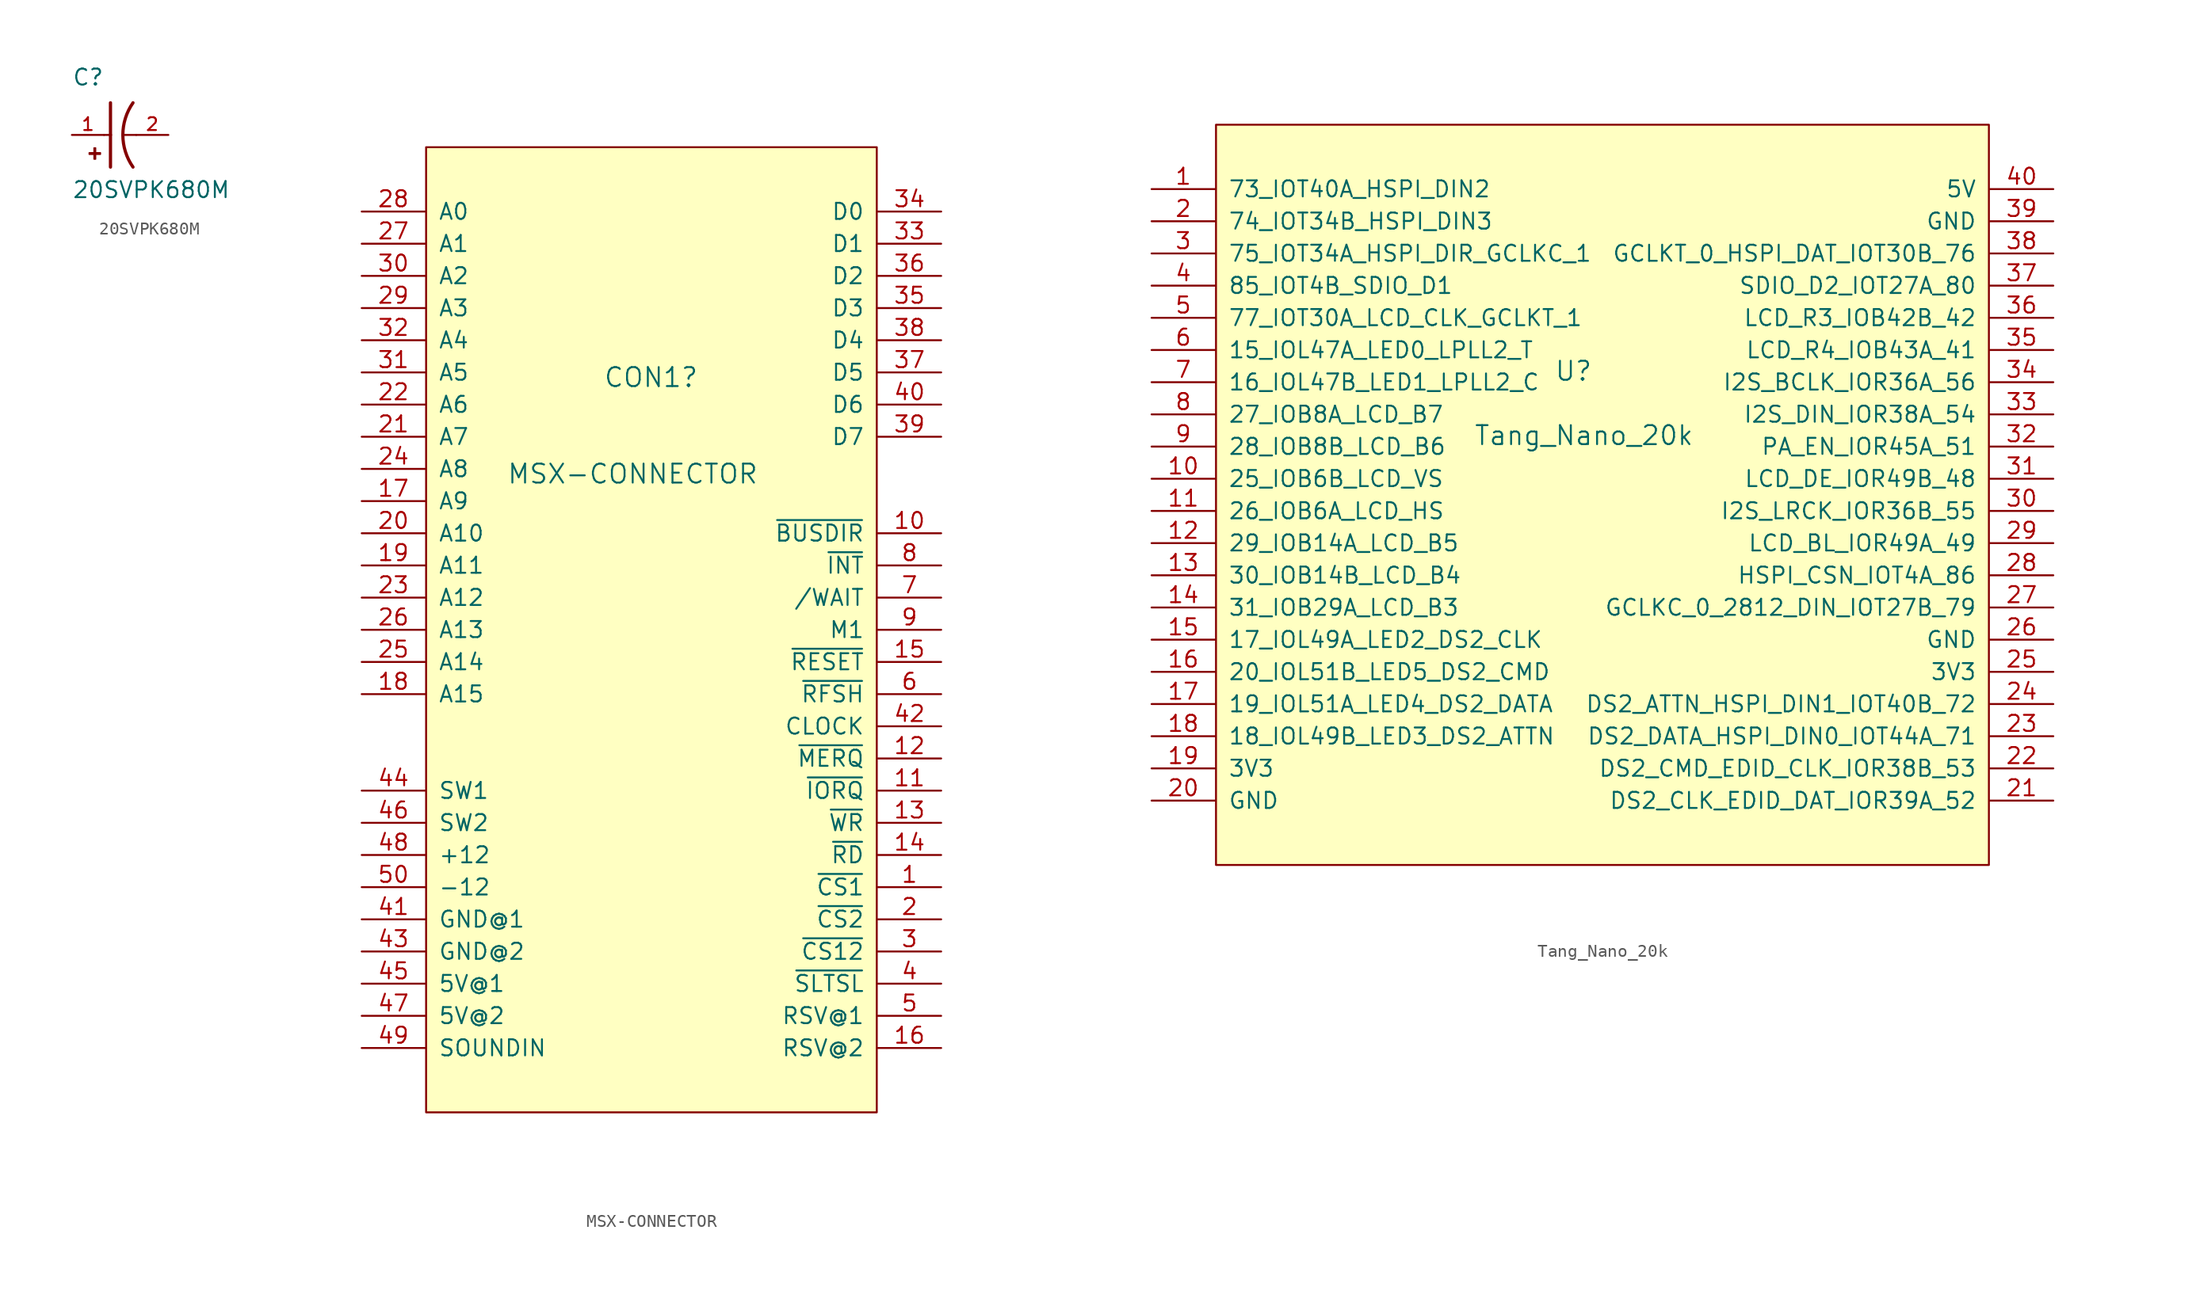
<source format=kicad_sym>
(kicad_symbol_lib
  (version 20220914)
  (generator kicad_symbol_editor)
  (symbol "20SVPK680M"
    (pin_names
      (offset 1.016))
    (property "Reference" "C"
      (at -2.54 3.81 0)
      (effects (font (size 1.27 1.27)) (justify left bottom)))
    (property "Value" "20SVPK680M"
      (at -2.54 -5.08 0)
      (effects (font (size 1.27 1.27)) (justify left bottom)))
    (symbol "20SVPK680M_0_0"
      (rectangle (start -1.173 -1.532) (end -0.284 -1.405) (stroke (width 0.1) (type default)) (fill (type outline)))
      (rectangle (start -0.792 -1.913) (end -0.665 -1.024) (stroke (width 0.1) (type default)) (fill (type outline)))
      (polyline (pts (xy 0 0) (xy 0.508 0)) (stroke (width 0.152) (type default)) (fill (type none)))
      (polyline (pts (xy 0.508 0) (xy 0.508 -2.54)) (stroke (width 0.254) (type default)) (fill (type none)))
      (polyline (pts (xy 0.508 2.54) (xy 0.508 0)) (stroke (width 0.254) (type default)) (fill (type none)))
      (polyline (pts (xy 2.54 0) (xy 1.524 0)) (stroke (width 0.152) (type default)) (fill (type none)))
      (arc (start 2.286 2.54) (mid 1.4851 0) (end 2.286 -2.54) (stroke (width 0.254) (type default)) (fill (type none)))
      (pin passive line (at -2.54 0 0) (length 2.54) (name "~" (effects (font (size 1.016 1.016)))) (number "1" (effects (font (size 1.016 1.016)))))
      (pin passive line (at 5.08 0 180) (length 2.54) (name "~" (effects (font (size 1.016 1.016)))) (number "2" (effects (font (size 1.016 1.016)))))))
  (symbol "MSX-CONNECTOR"
    (pin_names
      (offset 1.016))
    (property "Reference" "CON1"
      (at -3.81 19.05 0)
      (effects (font (size 1.499 1.499)) (justify left bottom)))
    (property "Value" "MSX-CONNECTOR"
      (at -11.43 11.43 0)
      (effects (font (size 1.499 1.499)) (justify left bottom)))
    (property "ki_locked" ""
      (at 0 0 0)
      (effects (font (size 1.27 1.27))))
    (symbol "MSX-CONNECTOR_1_0"
      (pin bidirectional line (at 22.86 -20.32 180) (length 5) (name "~{CS1}" (effects (font (size 1.27 1.27)))) (number "1" (effects (font (size 1.27 1.27)))))
      (pin bidirectional line (at 22.86 7.62 180) (length 5) (name "~{BUSDIR}" (effects (font (size 1.27 1.27)))) (number "10" (effects (font (size 1.27 1.27)))))
      (pin bidirectional line (at 22.86 -12.7 180) (length 5) (name "~{IORQ}" (effects (font (size 1.27 1.27)))) (number "11" (effects (font (size 1.27 1.27)))))
      (pin bidirectional line (at 22.86 -10.16 180) (length 5) (name "~{MERQ}" (effects (font (size 1.27 1.27)))) (number "12" (effects (font (size 1.27 1.27)))))
      (pin bidirectional line (at 22.86 -15.24 180) (length 5) (name "~{WR}" (effects (font (size 1.27 1.27)))) (number "13" (effects (font (size 1.27 1.27)))))
      (pin bidirectional line (at 22.86 -17.78 180) (length 5) (name "~{RD}" (effects (font (size 1.27 1.27)))) (number "14" (effects (font (size 1.27 1.27)))))
      (pin bidirectional line (at 22.86 -2.54 180) (length 5) (name "~{RESET}" (effects (font (size 1.27 1.27)))) (number "15" (effects (font (size 1.27 1.27)))))
      (pin bidirectional line (at 22.86 -33.02 180) (length 5) (name "RSV@2" (effects (font (size 1.27 1.27)))) (number "16" (effects (font (size 1.27 1.27)))))
      (pin bidirectional line (at -22.86 10.16 0) (length 5) (name "A9" (effects (font (size 1.27 1.27)))) (number "17" (effects (font (size 1.27 1.27)))))
      (pin bidirectional line (at -22.86 -5.08 0) (length 5) (name "A15" (effects (font (size 1.27 1.27)))) (number "18" (effects (font (size 1.27 1.27)))))
      (pin bidirectional line (at -22.86 5.08 0) (length 5) (name "A11" (effects (font (size 1.27 1.27)))) (number "19" (effects (font (size 1.27 1.27)))))
      (pin bidirectional line (at 22.86 -22.86 180) (length 5) (name "~{CS2}" (effects (font (size 1.27 1.27)))) (number "2" (effects (font (size 1.27 1.27)))))
      (pin bidirectional line (at -22.86 7.62 0) (length 5) (name "A10" (effects (font (size 1.27 1.27)))) (number "20" (effects (font (size 1.27 1.27)))))
      (pin bidirectional line (at -22.86 15.24 0) (length 5) (name "A7" (effects (font (size 1.27 1.27)))) (number "21" (effects (font (size 1.27 1.27)))))
      (pin bidirectional line (at -22.86 17.78 0) (length 5) (name "A6" (effects (font (size 1.27 1.27)))) (number "22" (effects (font (size 1.27 1.27)))))
      (pin bidirectional line (at -22.86 2.54 0) (length 5) (name "A12" (effects (font (size 1.27 1.27)))) (number "23" (effects (font (size 1.27 1.27)))))
      (pin bidirectional line (at -22.86 12.7 0) (length 5) (name "A8" (effects (font (size 1.27 1.27)))) (number "24" (effects (font (size 1.27 1.27)))))
      (pin bidirectional line (at -22.86 -2.54 0) (length 5) (name "A14" (effects (font (size 1.27 1.27)))) (number "25" (effects (font (size 1.27 1.27)))))
      (pin bidirectional line (at -22.86 0 0) (length 5) (name "A13" (effects (font (size 1.27 1.27)))) (number "26" (effects (font (size 1.27 1.27)))))
      (pin bidirectional line (at -22.86 30.48 0) (length 5) (name "A1" (effects (font (size 1.27 1.27)))) (number "27" (effects (font (size 1.27 1.27)))))
      (pin bidirectional line (at -22.86 33.02 0) (length 5) (name "A0" (effects (font (size 1.27 1.27)))) (number "28" (effects (font (size 1.27 1.27)))))
      (pin bidirectional line (at -22.86 25.4 0) (length 5) (name "A3" (effects (font (size 1.27 1.27)))) (number "29" (effects (font (size 1.27 1.27)))))
      (pin bidirectional line (at 22.86 -25.4 180) (length 5) (name "~{CS12}" (effects (font (size 1.27 1.27)))) (number "3" (effects (font (size 1.27 1.27)))))
      (pin bidirectional line (at -22.86 27.94 0) (length 5) (name "A2" (effects (font (size 1.27 1.27)))) (number "30" (effects (font (size 1.27 1.27)))))
      (pin bidirectional line (at -22.86 20.32 0) (length 5) (name "A5" (effects (font (size 1.27 1.27)))) (number "31" (effects (font (size 1.27 1.27)))))
      (pin bidirectional line (at -22.86 22.86 0) (length 5) (name "A4" (effects (font (size 1.27 1.27)))) (number "32" (effects (font (size 1.27 1.27)))))
      (pin bidirectional line (at 22.86 30.48 180) (length 5) (name "D1" (effects (font (size 1.27 1.27)))) (number "33" (effects (font (size 1.27 1.27)))))
      (pin bidirectional line (at 22.86 33.02 180) (length 5) (name "D0" (effects (font (size 1.27 1.27)))) (number "34" (effects (font (size 1.27 1.27)))))
      (pin bidirectional line (at 22.86 25.4 180) (length 5) (name "D3" (effects (font (size 1.27 1.27)))) (number "35" (effects (font (size 1.27 1.27)))))
      (pin bidirectional line (at 22.86 27.94 180) (length 5) (name "D2" (effects (font (size 1.27 1.27)))) (number "36" (effects (font (size 1.27 1.27)))))
      (pin bidirectional line (at 22.86 20.32 180) (length 5) (name "D5" (effects (font (size 1.27 1.27)))) (number "37" (effects (font (size 1.27 1.27)))))
      (pin bidirectional line (at 22.86 22.86 180) (length 5) (name "D4" (effects (font (size 1.27 1.27)))) (number "38" (effects (font (size 1.27 1.27)))))
      (pin bidirectional line (at 22.86 15.24 180) (length 5) (name "D7" (effects (font (size 1.27 1.27)))) (number "39" (effects (font (size 1.27 1.27)))))
      (pin bidirectional line (at 22.86 -27.94 180) (length 5) (name "~{SLTSL}" (effects (font (size 1.27 1.27)))) (number "4" (effects (font (size 1.27 1.27)))))
      (pin bidirectional line (at 22.86 17.78 180) (length 5) (name "D6" (effects (font (size 1.27 1.27)))) (number "40" (effects (font (size 1.27 1.27)))))
      (pin bidirectional line (at -22.86 -22.86 0) (length 5) (name "GND@1" (effects (font (size 1.27 1.27)))) (number "41" (effects (font (size 1.27 1.27)))))
      (pin bidirectional line (at 22.86 -7.62 180) (length 5) (name "CLOCK" (effects (font (size 1.27 1.27)))) (number "42" (effects (font (size 1.27 1.27)))))
      (pin bidirectional line (at -22.86 -25.4 0) (length 5) (name "GND@2" (effects (font (size 1.27 1.27)))) (number "43" (effects (font (size 1.27 1.27)))))
      (pin bidirectional line (at -22.86 -12.7 0) (length 5) (name "SW1" (effects (font (size 1.27 1.27)))) (number "44" (effects (font (size 1.27 1.27)))))
      (pin bidirectional line (at -22.86 -27.94 0) (length 5) (name "5V@1" (effects (font (size 1.27 1.27)))) (number "45" (effects (font (size 1.27 1.27)))))
      (pin bidirectional line (at -22.86 -15.24 0) (length 5) (name "SW2" (effects (font (size 1.27 1.27)))) (number "46" (effects (font (size 1.27 1.27)))))
      (pin bidirectional line (at -22.86 -30.48 0) (length 5) (name "5V@2" (effects (font (size 1.27 1.27)))) (number "47" (effects (font (size 1.27 1.27)))))
      (pin bidirectional line (at -22.86 -17.78 0) (length 5) (name "+12" (effects (font (size 1.27 1.27)))) (number "48" (effects (font (size 1.27 1.27)))))
      (pin bidirectional line (at -22.86 -33.02 0) (length 5) (name "SOUNDIN" (effects (font (size 1.27 1.27)))) (number "49" (effects (font (size 1.27 1.27)))))
      (pin bidirectional line (at 22.86 -30.48 180) (length 5) (name "RSV@1" (effects (font (size 1.27 1.27)))) (number "5" (effects (font (size 1.27 1.27)))))
      (pin bidirectional line (at -22.86 -20.32 0) (length 5) (name "-12" (effects (font (size 1.27 1.27)))) (number "50" (effects (font (size 1.27 1.27)))))
      (pin bidirectional line (at 22.86 -5.08 180) (length 5) (name "~{RFSH}" (effects (font (size 1.27 1.27)))) (number "6" (effects (font (size 1.27 1.27)))))
      (pin bidirectional line (at 22.86 2.54 180) (length 5) (name "/WAIT" (effects (font (size 1.27 1.27)))) (number "7" (effects (font (size 1.27 1.27)))))
      (pin bidirectional line (at 22.86 5.08 180) (length 5) (name "~{INT}" (effects (font (size 1.27 1.27)))) (number "8" (effects (font (size 1.27 1.27)))))
      (pin bidirectional line (at 22.86 0 180) (length 5) (name "M1" (effects (font (size 1.27 1.27)))) (number "9" (effects (font (size 1.27 1.27))))))
    (symbol "MSX-CONNECTOR_1_1"
      (rectangle (start -17.78 38.1) (end 17.78 -38.1) (stroke (width 0) (type default)) (fill (type background)))))
  (symbol "Tang_Nano_20k"
    (pin_names
      (offset 1.016))
    (property "Reference" "U"
      (at -3.81 7.62 0)
      (effects (font (size 1.499 1.499)) (justify left bottom)))
    (property "Value" "Tang_Nano_20k"
      (at -10.16 2.54 0)
      (effects (font (size 1.499 1.499)) (justify left bottom)))
    (symbol "Tang_Nano_20k_1_0"
      (pin bidirectional line (at -35.56 22.86 0) (length 5) (name "73_IOT40A_HSPI_DIN2" (effects (font (size 1.27 1.27)))) (number "1" (effects (font (size 1.27 1.27)))))
      (pin bidirectional line (at -35.56 0 0) (length 5) (name "25_IOB6B_LCD_VS" (effects (font (size 1.27 1.27)))) (number "10" (effects (font (size 1.27 1.27)))))
      (pin bidirectional line (at -35.56 -2.54 0) (length 5) (name "26_IOB6A_LCD_HS" (effects (font (size 1.27 1.27)))) (number "11" (effects (font (size 1.27 1.27)))))
      (pin bidirectional line (at -35.56 -5.08 0) (length 5) (name "29_IOB14A_LCD_B5" (effects (font (size 1.27 1.27)))) (number "12" (effects (font (size 1.27 1.27)))))
      (pin bidirectional line (at -35.56 -7.62 0) (length 5) (name "30_IOB14B_LCD_B4" (effects (font (size 1.27 1.27)))) (number "13" (effects (font (size 1.27 1.27)))))
      (pin bidirectional line (at -35.56 -10.16 0) (length 5) (name "31_IOB29A_LCD_B3" (effects (font (size 1.27 1.27)))) (number "14" (effects (font (size 1.27 1.27)))))
      (pin bidirectional line (at -35.56 -12.7 0) (length 5) (name "17_IOL49A_LED2_DS2_CLK" (effects (font (size 1.27 1.27)))) (number "15" (effects (font (size 1.27 1.27)))))
      (pin bidirectional line (at -35.56 -15.24 0) (length 5) (name "20_IOL51B_LED5_DS2_CMD" (effects (font (size 1.27 1.27)))) (number "16" (effects (font (size 1.27 1.27)))))
      (pin bidirectional line (at -35.56 -17.78 0) (length 5) (name "19_IOL51A_LED4_DS2_DATA" (effects (font (size 1.27 1.27)))) (number "17" (effects (font (size 1.27 1.27)))))
      (pin bidirectional line (at -35.56 -20.32 0) (length 5) (name "18_IOL49B_LED3_DS2_ATTN" (effects (font (size 1.27 1.27)))) (number "18" (effects (font (size 1.27 1.27)))))
      (pin bidirectional line (at -35.56 -22.86 0) (length 5) (name "3V3" (effects (font (size 1.27 1.27)))) (number "19" (effects (font (size 1.27 1.27)))))
      (pin bidirectional line (at -35.56 20.32 0) (length 5) (name "74_IOT34B_HSPI_DIN3" (effects (font (size 1.27 1.27)))) (number "2" (effects (font (size 1.27 1.27)))))
      (pin bidirectional line (at -35.56 -25.4 0) (length 5) (name "GND" (effects (font (size 1.27 1.27)))) (number "20" (effects (font (size 1.27 1.27)))))
      (pin bidirectional line (at 35.56 -25.4 180) (length 5) (name "DS2_CLK_EDID_DAT_IOR39A_52" (effects (font (size 1.27 1.27)))) (number "21" (effects (font (size 1.27 1.27)))))
      (pin bidirectional line (at 35.56 -22.86 180) (length 5) (name "DS2_CMD_EDID_CLK_IOR38B_53" (effects (font (size 1.27 1.27)))) (number "22" (effects (font (size 1.27 1.27)))))
      (pin bidirectional line (at 35.56 -20.32 180) (length 5) (name "DS2_DATA_HSPI_DIN0_IOT44A_71" (effects (font (size 1.27 1.27)))) (number "23" (effects (font (size 1.27 1.27)))))
      (pin bidirectional line (at 35.56 -17.78 180) (length 5) (name "DS2_ATTN_HSPI_DIN1_IOT40B_72" (effects (font (size 1.27 1.27)))) (number "24" (effects (font (size 1.27 1.27)))))
      (pin bidirectional line (at 35.56 -15.24 180) (length 5) (name "3V3" (effects (font (size 1.27 1.27)))) (number "25" (effects (font (size 1.27 1.27)))))
      (pin bidirectional line (at 35.56 -12.7 180) (length 5) (name "GND" (effects (font (size 1.27 1.27)))) (number "26" (effects (font (size 1.27 1.27)))))
      (pin bidirectional line (at 35.56 -10.16 180) (length 5) (name "GCLKC_0_2812_DIN_IOT27B_79" (effects (font (size 1.27 1.27)))) (number "27" (effects (font (size 1.27 1.27)))))
      (pin bidirectional line (at 35.56 -7.62 180) (length 5) (name "HSPI_CSN_IOT4A_86" (effects (font (size 1.27 1.27)))) (number "28" (effects (font (size 1.27 1.27)))))
      (pin bidirectional line (at 35.56 -5.08 180) (length 5) (name "LCD_BL_IOR49A_49" (effects (font (size 1.27 1.27)))) (number "29" (effects (font (size 1.27 1.27)))))
      (pin bidirectional line (at -35.56 17.78 0) (length 5) (name "75_IOT34A_HSPI_DIR_GCLKC_1" (effects (font (size 1.27 1.27)))) (number "3" (effects (font (size 1.27 1.27)))))
      (pin bidirectional line (at 35.56 -2.54 180) (length 5) (name "I2S_LRCK_IOR36B_55" (effects (font (size 1.27 1.27)))) (number "30" (effects (font (size 1.27 1.27)))))
      (pin bidirectional line (at 35.56 0 180) (length 5) (name "LCD_DE_IOR49B_48" (effects (font (size 1.27 1.27)))) (number "31" (effects (font (size 1.27 1.27)))))
      (pin bidirectional line (at 35.56 2.54 180) (length 5) (name "PA_EN_IOR45A_51" (effects (font (size 1.27 1.27)))) (number "32" (effects (font (size 1.27 1.27)))))
      (pin bidirectional line (at 35.56 5.08 180) (length 5) (name "I2S_DIN_IOR38A_54" (effects (font (size 1.27 1.27)))) (number "33" (effects (font (size 1.27 1.27)))))
      (pin bidirectional line (at 35.56 7.62 180) (length 5) (name "I2S_BCLK_IOR36A_56" (effects (font (size 1.27 1.27)))) (number "34" (effects (font (size 1.27 1.27)))))
      (pin bidirectional line (at 35.56 10.16 180) (length 5) (name "LCD_R4_IOB43A_41" (effects (font (size 1.27 1.27)))) (number "35" (effects (font (size 1.27 1.27)))))
      (pin bidirectional line (at 35.56 12.7 180) (length 5) (name "LCD_R3_IOB42B_42" (effects (font (size 1.27 1.27)))) (number "36" (effects (font (size 1.27 1.27)))))
      (pin bidirectional line (at 35.56 15.24 180) (length 5) (name "SDIO_D2_IOT27A_80" (effects (font (size 1.27 1.27)))) (number "37" (effects (font (size 1.27 1.27)))))
      (pin bidirectional line (at 35.56 17.78 180) (length 5) (name "GCLKT_0_HSPI_DAT_IOT30B_76" (effects (font (size 1.27 1.27)))) (number "38" (effects (font (size 1.27 1.27)))))
      (pin bidirectional line (at 35.56 20.32 180) (length 5) (name "GND" (effects (font (size 1.27 1.27)))) (number "39" (effects (font (size 1.27 1.27)))))
      (pin bidirectional line (at -35.56 15.24 0) (length 5) (name "85_IOT4B_SDIO_D1" (effects (font (size 1.27 1.27)))) (number "4" (effects (font (size 1.27 1.27)))))
      (pin bidirectional line (at 35.56 22.86 180) (length 5) (name "5V" (effects (font (size 1.27 1.27)))) (number "40" (effects (font (size 1.27 1.27)))))
      (pin bidirectional line (at -35.56 12.7 0) (length 5) (name "77_IOT30A_LCD_CLK_GCLKT_1" (effects (font (size 1.27 1.27)))) (number "5" (effects (font (size 1.27 1.27)))))
      (pin bidirectional line (at -35.56 10.16 0) (length 5) (name "15_IOL47A_LED0_LPLL2_T" (effects (font (size 1.27 1.27)))) (number "6" (effects (font (size 1.27 1.27)))))
      (pin bidirectional line (at -35.56 7.62 0) (length 5) (name "16_IOL47B_LED1_LPLL2_C" (effects (font (size 1.27 1.27)))) (number "7" (effects (font (size 1.27 1.27)))))
      (pin bidirectional line (at -35.56 5.08 0) (length 5) (name "27_IOB8A_LCD_B7" (effects (font (size 1.27 1.27)))) (number "8" (effects (font (size 1.27 1.27)))))
      (pin bidirectional line (at -35.56 2.54 0) (length 5) (name "28_IOB8B_LCD_B6" (effects (font (size 1.27 1.27)))) (number "9" (effects (font (size 1.27 1.27))))))
    (symbol "Tang_Nano_20k_1_1"
      (rectangle (start -30.48 27.94) (end 30.48 -30.48) (stroke (width 0) (type default)) (fill (type background))))))
</source>
